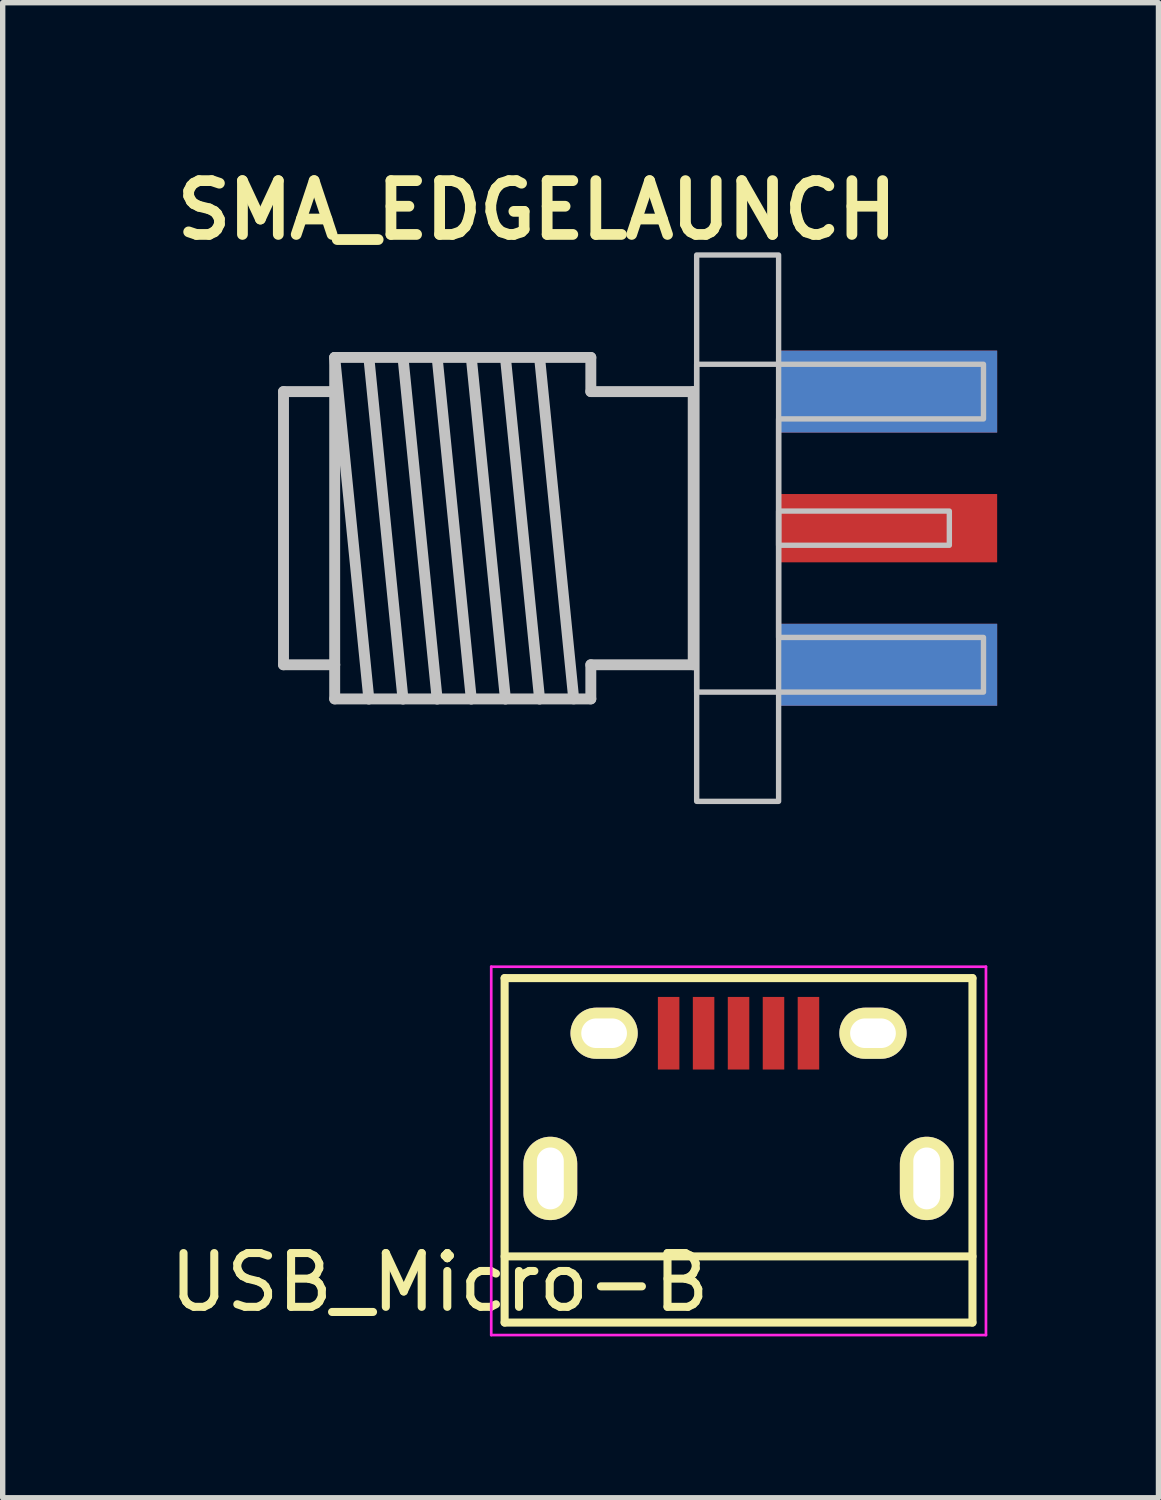
<source format=kicad_pcb>
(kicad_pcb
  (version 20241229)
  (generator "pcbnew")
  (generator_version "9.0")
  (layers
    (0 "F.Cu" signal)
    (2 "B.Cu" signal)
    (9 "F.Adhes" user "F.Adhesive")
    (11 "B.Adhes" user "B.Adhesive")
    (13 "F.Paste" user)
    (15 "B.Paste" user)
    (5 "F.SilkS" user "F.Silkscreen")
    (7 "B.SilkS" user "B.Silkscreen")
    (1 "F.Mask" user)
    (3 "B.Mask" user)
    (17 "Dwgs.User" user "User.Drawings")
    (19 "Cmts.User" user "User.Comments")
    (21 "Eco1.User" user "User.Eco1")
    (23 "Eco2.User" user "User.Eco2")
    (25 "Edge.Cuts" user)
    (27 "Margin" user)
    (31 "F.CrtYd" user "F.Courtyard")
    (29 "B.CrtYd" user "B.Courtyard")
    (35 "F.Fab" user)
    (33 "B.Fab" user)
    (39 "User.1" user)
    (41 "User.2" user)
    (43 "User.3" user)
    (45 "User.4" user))
  (footprint "SMA_EDGELAUNCH"
    (layer "F.Cu")
    (at 13.733 6.772)
    (property "Reference" "SMA_EDGELAUNCH" (at 0 -6.5 0) (layer "F.SilkS") (effects (font (size 1 1) (thickness 0.2)) (justify right top)))
    (attr through_hole)
    (fp_line (start -11.511 -2.54) (end -10.559 -2.54) (stroke (width 0.203) (type solid)) (layer "Dwgs.User"))
    (fp_line (start -11.511 2.54) (end -11.511 -2.54) (stroke (width 0.203) (type solid)) (layer "Dwgs.User"))
    (fp_line (start -10.559 -3.175) (end -9.924 -3.175) (stroke (width 0.203) (type solid)) (layer "Dwgs.User"))
    (fp_line (start -10.559 -3.175) (end -9.924 3.175) (stroke (width 0.203) (type solid)) (layer "Dwgs.User"))
    (fp_line (start -10.559 -2.54) (end -10.559 -3.175) (stroke (width 0.203) (type solid)) (layer "Dwgs.User"))
    (fp_line (start -10.559 -2.54) (end -10.559 2.54) (stroke (width 0.203) (type solid)) (layer "Dwgs.User"))
    (fp_line (start -10.559 2.54) (end -11.511 2.54) (stroke (width 0.203) (type solid)) (layer "Dwgs.User"))
    (fp_line (start -10.559 3.175) (end -10.559 2.54) (stroke (width 0.203) (type solid)) (layer "Dwgs.User"))
    (fp_line (start -9.924 -3.175) (end -9.289 -3.175) (stroke (width 0.203) (type solid)) (layer "Dwgs.User"))
    (fp_line (start -9.924 -3.175) (end -9.289 3.175) (stroke (width 0.203) (type solid)) (layer "Dwgs.User"))
    (fp_line (start -9.924 3.175) (end -10.559 3.175) (stroke (width 0.203) (type solid)) (layer "Dwgs.User"))
    (fp_line (start -9.289 -3.175) (end -8.654 -3.175) (stroke (width 0.203) (type solid)) (layer "Dwgs.User"))
    (fp_line (start -9.289 -3.175) (end -8.654 3.175) (stroke (width 0.203) (type solid)) (layer "Dwgs.User"))
    (fp_line (start -9.289 3.175) (end -9.924 3.175) (stroke (width 0.203) (type solid)) (layer "Dwgs.User"))
    (fp_line (start -8.654 -3.175) (end -8.019 -3.175) (stroke (width 0.203) (type solid)) (layer "Dwgs.User"))
    (fp_line (start -8.654 -3.175) (end -8.019 3.175) (stroke (width 0.203) (type solid)) (layer "Dwgs.User"))
    (fp_line (start -8.654 3.175) (end -9.289 3.175) (stroke (width 0.203) (type solid)) (layer "Dwgs.User"))
    (fp_line (start -8.019 -3.175) (end -7.384 -3.175) (stroke (width 0.203) (type solid)) (layer "Dwgs.User"))
    (fp_line (start -8.019 -3.175) (end -7.384 3.175) (stroke (width 0.203) (type solid)) (layer "Dwgs.User"))
    (fp_line (start -8.019 3.175) (end -8.654 3.175) (stroke (width 0.203) (type solid)) (layer "Dwgs.User"))
    (fp_line (start -7.384 -3.175) (end -6.749 -3.175) (stroke (width 0.203) (type solid)) (layer "Dwgs.User"))
    (fp_line (start -7.384 -3.175) (end -6.749 3.175) (stroke (width 0.203) (type solid)) (layer "Dwgs.User"))
    (fp_line (start -7.384 3.175) (end -8.019 3.175) (stroke (width 0.203) (type solid)) (layer "Dwgs.User"))
    (fp_line (start -6.749 -3.175) (end -6.114 3.175) (stroke (width 0.203) (type solid)) (layer "Dwgs.User"))
    (fp_line (start -6.749 -3.175) (end -5.796 -3.175) (stroke (width 0.203) (type solid)) (layer "Dwgs.User"))
    (fp_line (start -6.749 3.175) (end -7.384 3.175) (stroke (width 0.203) (type solid)) (layer "Dwgs.User"))
    (fp_line (start -5.796 -3.175) (end -5.796 -2.54) (stroke (width 0.203) (type solid)) (layer "Dwgs.User"))
    (fp_line (start -5.796 -2.54) (end -3.892 -2.54) (stroke (width 0.203) (type solid)) (layer "Dwgs.User"))
    (fp_line (start -5.796 2.54) (end -5.796 3.175) (stroke (width 0.203) (type solid)) (layer "Dwgs.User"))
    (fp_line (start -5.796 3.175) (end -6.749 3.175) (stroke (width 0.203) (type solid)) (layer "Dwgs.User"))
    (fp_line (start -3.892 -2.54) (end -3.892 2.54) (stroke (width 0.203) (type solid)) (layer "Dwgs.User"))
    (fp_line (start -3.892 2.54) (end -5.796 2.54) (stroke (width 0.203) (type solid)) (layer "Dwgs.User"))
    (fp_poly (pts (xy -3.828 -5.08) (xy -2.304 -5.08) (xy -2.304 5.08) (xy -3.828 5.08)) (stroke (width 0.1) (type solid)) (fill no) (layer "Dwgs.User"))
    (fp_poly (pts (xy -2.304 0.318) (xy 0.871 0.318) (xy 0.871 -0.318) (xy -2.304 -0.318)) (stroke (width 0.1) (type solid)) (fill no) (layer "Dwgs.User"))
    (fp_poly (pts (xy -3.828 -3.048) (xy 1.506 -3.048) (xy 1.506 -2.032) (xy -2.304 -2.032) (xy -2.304 2.032) (xy 1.506 2.032) (xy 1.506 3.048) (xy -3.828 3.048)) (stroke (width 0.1) (type solid)) (fill no) (layer "Dwgs.User"))
    (pad "1" smd rect (at -0.272 0 90) (size 1.27 4.064) (layers "F.Cu" "F.Mask" "F.Paste"))
    (pad "2" smd rect (at -0.272 -2.54 90) (size 1.524 4.064) (layers "F.Cu" "F.Mask" "F.Paste"))
    (pad "3" smd rect (at -0.272 2.54 90) (size 1.524 4.064) (layers "F.Cu" "F.Mask" "F.Paste"))
    (pad "4" smd rect (at -0.272 -2.54 90) (size 1.524 4.064) (layers "B.Cu" "B.Mask" "B.Paste"))
    (pad "5" smd rect (at -0.272 2.54 90) (size 1.524 4.064) (layers "B.Cu" "B.Mask" "B.Paste")))
  (footprint "USB_Micro-B"
    (layer "F.Cu")
    (at 10.685 17.727)
    (property "Reference" "USB_Micro-B" (at -5.56 3.07 0) (layer "F.SilkS") (effects (font (size 1 1) (thickness 0.15))))
    (attr smd)
    (fp_line (start -4.351 -2.588) (end 4.349 -2.588) (stroke (width 0.15) (type solid)) (layer "F.SilkS"))
    (fp_line (start -4.351 3.817) (end -4.351 -2.588) (stroke (width 0.15) (type solid)) (layer "F.SilkS"))
    (fp_line (start -4.351 3.817) (end 4.349 3.817) (stroke (width 0.15) (type solid)) (layer "F.SilkS"))
    (fp_line (start 4.349 -2.588) (end 4.349 3.817) (stroke (width 0.15) (type solid)) (layer "F.SilkS"))
    (fp_line (start 4.349 2.587) (end -4.351 2.587) (stroke (width 0.15) (type solid)) (layer "F.SilkS"))
    (fp_line (start -4.6 -2.8) (end 4.6 -2.8) (stroke (width 0.05) (type solid)) (layer "F.CrtYd"))
    (fp_line (start -4.6 4.05) (end -4.6 -2.8) (stroke (width 0.05) (type solid)) (layer "F.CrtYd"))
    (fp_line (start 4.6 -2.8) (end 4.6 4.05) (stroke (width 0.05) (type solid)) (layer "F.CrtYd"))
    (fp_line (start 4.6 4.05) (end -4.6 4.05) (stroke (width 0.05) (type solid)) (layer "F.CrtYd"))
    (pad "1" smd rect (at -1.301 -1.563 90) (size 1.35 0.4) (layers "F.Cu" "F.Mask" "F.Paste"))
    (pad "2" smd rect (at -0.651 -1.563 90) (size 1.35 0.4) (layers "F.Cu" "F.Mask" "F.Paste"))
    (pad "3" smd rect (at -0.001 -1.563 90) (size 1.35 0.4) (layers "F.Cu" "F.Mask" "F.Paste"))
    (pad "4" smd rect (at 0.649 -1.563 90) (size 1.35 0.4) (layers "F.Cu" "F.Mask" "F.Paste"))
    (pad "5" smd rect (at 1.299 -1.563 90) (size 1.35 0.4) (layers "F.Cu" "F.Mask" "F.Paste"))
    (pad "6" thru_hole oval (at -3.501 1.137 90) (size 1.55 1) (drill oval 1.15 0.5) (layers "*.Cu" "*.Mask" "F.SilkS"))
    (pad "6" thru_hole oval (at -2.501 -1.563 90) (size 0.95 1.25) (drill oval 0.55 0.85) (layers "*.Cu" "*.Mask" "F.SilkS"))
    (pad "6" thru_hole oval (at 2.499 -1.563 90) (size 0.95 1.25) (drill oval 0.55 0.85) (layers "*.Cu" "*.Mask" "F.SilkS"))
    (pad "6" thru_hole oval (at 3.499 1.137 90) (size 1.55 1) (drill oval 1.15 0.5) (layers "*.Cu" "*.Mask" "F.SilkS")))
  (gr_rect
    (start -3 -3)
    (end 18.493 24.802)
    (stroke (width 0.1) (type default))
    (fill no)
    (layer "Edge.Cuts")))
</source>
